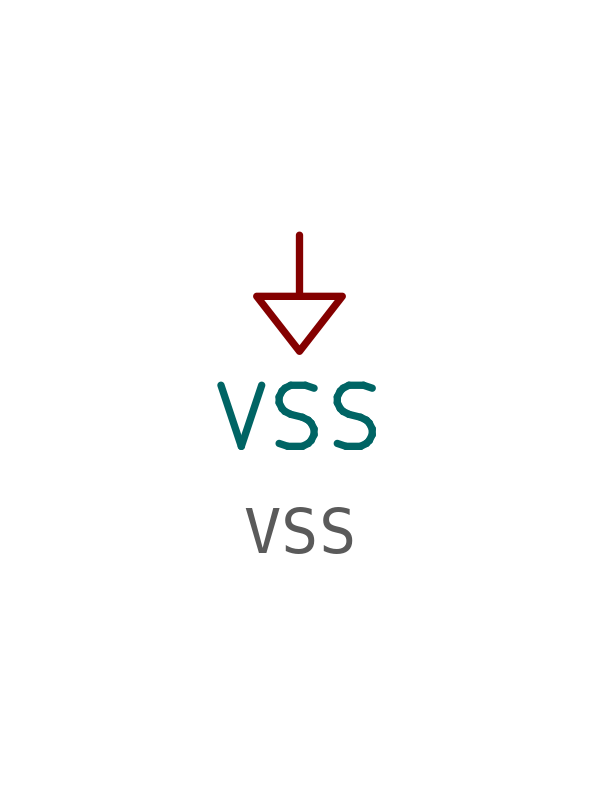
<source format=kicad_sym>
(kicad_symbol_lib
  (version 20231120)
  (generator "kicad_symbol_editor")
  (generator_version "8.0")
  (symbol "VSS"
    (power)
    (pin_numbers hide)
    (pin_names hide)
    (property "Reference" "#PWR"
      (at 2.794 4.064 0)
      (effects (font (size 1.27 1.27)) (hide yes)))
    (property "Value" "VSS"
      (at 0 -3.81 0)
      (effects (font (size 1.27 1.27))))
    (symbol "VSS_0_1"
      (polyline (pts (xy -0.889 -1.27) (xy 0.889 -1.27) (xy 0 -2.413) (xy -0.889 -1.27)) (stroke (width 0) (type default)) (fill (type none))))
    (symbol "VSS_1_1"
      (pin power_in line (at 0 0 270) (length 1.27) (name "GND" (effects (font (size 1.27 1.27)))) (number "~" (effects (font (size 1.27 1.27))))))))
</source>
